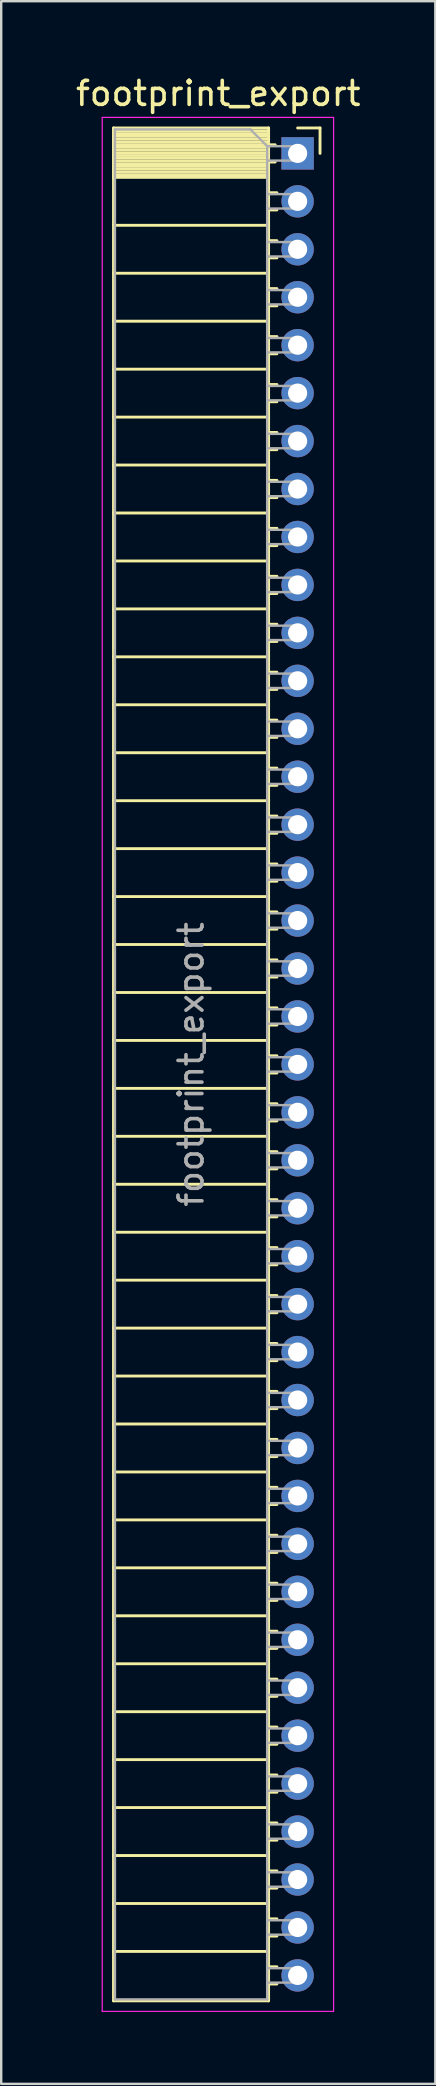
<source format=kicad_pcb>
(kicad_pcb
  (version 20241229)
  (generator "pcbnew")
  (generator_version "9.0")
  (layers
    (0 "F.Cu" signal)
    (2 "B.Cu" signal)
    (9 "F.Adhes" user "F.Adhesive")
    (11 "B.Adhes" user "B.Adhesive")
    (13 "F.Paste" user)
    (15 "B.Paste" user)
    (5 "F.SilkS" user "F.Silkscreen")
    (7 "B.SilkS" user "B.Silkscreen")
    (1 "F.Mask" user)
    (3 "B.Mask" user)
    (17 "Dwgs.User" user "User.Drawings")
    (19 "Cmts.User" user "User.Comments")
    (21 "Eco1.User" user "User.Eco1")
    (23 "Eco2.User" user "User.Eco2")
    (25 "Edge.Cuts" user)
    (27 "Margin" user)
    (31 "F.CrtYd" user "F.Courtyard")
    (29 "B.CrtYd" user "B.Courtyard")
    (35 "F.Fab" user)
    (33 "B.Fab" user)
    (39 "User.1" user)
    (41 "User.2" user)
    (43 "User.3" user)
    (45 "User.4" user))
  (footprint "footprint_export"
    (layer "F.Cu")
    (at 9.364 3.348)
    (property "Reference" "footprint_export" (at -3.31 -2.5 0) (layer "F.SilkS") (effects (font (size 1 1) (thickness 0.15))))
    (attr through_hole)
    (fp_line (start -7.68 -1.06) (end -7.68 77.06) (stroke (width 0.12) (type solid)) (layer "F.SilkS"))
    (fp_line (start -7.68 -1.06) (end -1.21 -1.06) (stroke (width 0.12) (type solid)) (layer "F.SilkS"))
    (fp_line (start -7.68 -0.94) (end -1.21 -0.94) (stroke (width 0.12) (type solid)) (layer "F.SilkS"))
    (fp_line (start -7.68 -0.826) (end -1.21 -0.826) (stroke (width 0.12) (type solid)) (layer "F.SilkS"))
    (fp_line (start -7.68 -0.712) (end -1.21 -0.712) (stroke (width 0.12) (type solid)) (layer "F.SilkS"))
    (fp_line (start -7.68 -0.598) (end -1.21 -0.598) (stroke (width 0.12) (type solid)) (layer "F.SilkS"))
    (fp_line (start -7.68 -0.484) (end -1.21 -0.484) (stroke (width 0.12) (type solid)) (layer "F.SilkS"))
    (fp_line (start -7.68 -0.369) (end -1.21 -0.369) (stroke (width 0.12) (type solid)) (layer "F.SilkS"))
    (fp_line (start -7.68 -0.255) (end -1.21 -0.255) (stroke (width 0.12) (type solid)) (layer "F.SilkS"))
    (fp_line (start -7.68 -0.141) (end -1.21 -0.141) (stroke (width 0.12) (type solid)) (layer "F.SilkS"))
    (fp_line (start -7.68 -0.027) (end -1.21 -0.027) (stroke (width 0.12) (type solid)) (layer "F.SilkS"))
    (fp_line (start -7.68 0.087) (end -1.21 0.087) (stroke (width 0.12) (type solid)) (layer "F.SilkS"))
    (fp_line (start -7.68 0.201) (end -1.21 0.201) (stroke (width 0.12) (type solid)) (layer "F.SilkS"))
    (fp_line (start -7.68 0.315) (end -1.21 0.315) (stroke (width 0.12) (type solid)) (layer "F.SilkS"))
    (fp_line (start -7.68 0.429) (end -1.21 0.429) (stroke (width 0.12) (type solid)) (layer "F.SilkS"))
    (fp_line (start -7.68 0.544) (end -1.21 0.544) (stroke (width 0.12) (type solid)) (layer "F.SilkS"))
    (fp_line (start -7.68 0.658) (end -1.21 0.658) (stroke (width 0.12) (type solid)) (layer "F.SilkS"))
    (fp_line (start -7.68 0.772) (end -1.21 0.772) (stroke (width 0.12) (type solid)) (layer "F.SilkS"))
    (fp_line (start -7.68 0.886) (end -1.21 0.886) (stroke (width 0.12) (type solid)) (layer "F.SilkS"))
    (fp_line (start -7.68 1) (end -1.21 1) (stroke (width 0.12) (type solid)) (layer "F.SilkS"))
    (fp_line (start -7.68 3) (end -1.21 3) (stroke (width 0.12) (type solid)) (layer "F.SilkS"))
    (fp_line (start -7.68 5) (end -1.21 5) (stroke (width 0.12) (type solid)) (layer "F.SilkS"))
    (fp_line (start -7.68 7) (end -1.21 7) (stroke (width 0.12) (type solid)) (layer "F.SilkS"))
    (fp_line (start -7.68 9) (end -1.21 9) (stroke (width 0.12) (type solid)) (layer "F.SilkS"))
    (fp_line (start -7.68 11) (end -1.21 11) (stroke (width 0.12) (type solid)) (layer "F.SilkS"))
    (fp_line (start -7.68 13) (end -1.21 13) (stroke (width 0.12) (type solid)) (layer "F.SilkS"))
    (fp_line (start -7.68 15) (end -1.21 15) (stroke (width 0.12) (type solid)) (layer "F.SilkS"))
    (fp_line (start -7.68 17) (end -1.21 17) (stroke (width 0.12) (type solid)) (layer "F.SilkS"))
    (fp_line (start -7.68 19) (end -1.21 19) (stroke (width 0.12) (type solid)) (layer "F.SilkS"))
    (fp_line (start -7.68 21) (end -1.21 21) (stroke (width 0.12) (type solid)) (layer "F.SilkS"))
    (fp_line (start -7.68 23) (end -1.21 23) (stroke (width 0.12) (type solid)) (layer "F.SilkS"))
    (fp_line (start -7.68 25) (end -1.21 25) (stroke (width 0.12) (type solid)) (layer "F.SilkS"))
    (fp_line (start -7.68 27) (end -1.21 27) (stroke (width 0.12) (type solid)) (layer "F.SilkS"))
    (fp_line (start -7.68 29) (end -1.21 29) (stroke (width 0.12) (type solid)) (layer "F.SilkS"))
    (fp_line (start -7.68 31) (end -1.21 31) (stroke (width 0.12) (type solid)) (layer "F.SilkS"))
    (fp_line (start -7.68 33) (end -1.21 33) (stroke (width 0.12) (type solid)) (layer "F.SilkS"))
    (fp_line (start -7.68 35) (end -1.21 35) (stroke (width 0.12) (type solid)) (layer "F.SilkS"))
    (fp_line (start -7.68 37) (end -1.21 37) (stroke (width 0.12) (type solid)) (layer "F.SilkS"))
    (fp_line (start -7.68 39) (end -1.21 39) (stroke (width 0.12) (type solid)) (layer "F.SilkS"))
    (fp_line (start -7.68 41) (end -1.21 41) (stroke (width 0.12) (type solid)) (layer "F.SilkS"))
    (fp_line (start -7.68 43) (end -1.21 43) (stroke (width 0.12) (type solid)) (layer "F.SilkS"))
    (fp_line (start -7.68 45) (end -1.21 45) (stroke (width 0.12) (type solid)) (layer "F.SilkS"))
    (fp_line (start -7.68 47) (end -1.21 47) (stroke (width 0.12) (type solid)) (layer "F.SilkS"))
    (fp_line (start -7.68 49) (end -1.21 49) (stroke (width 0.12) (type solid)) (layer "F.SilkS"))
    (fp_line (start -7.68 51) (end -1.21 51) (stroke (width 0.12) (type solid)) (layer "F.SilkS"))
    (fp_line (start -7.68 53) (end -1.21 53) (stroke (width 0.12) (type solid)) (layer "F.SilkS"))
    (fp_line (start -7.68 55) (end -1.21 55) (stroke (width 0.12) (type solid)) (layer "F.SilkS"))
    (fp_line (start -7.68 57) (end -1.21 57) (stroke (width 0.12) (type solid)) (layer "F.SilkS"))
    (fp_line (start -7.68 59) (end -1.21 59) (stroke (width 0.12) (type solid)) (layer "F.SilkS"))
    (fp_line (start -7.68 61) (end -1.21 61) (stroke (width 0.12) (type solid)) (layer "F.SilkS"))
    (fp_line (start -7.68 63) (end -1.21 63) (stroke (width 0.12) (type solid)) (layer "F.SilkS"))
    (fp_line (start -7.68 65) (end -1.21 65) (stroke (width 0.12) (type solid)) (layer "F.SilkS"))
    (fp_line (start -7.68 67) (end -1.21 67) (stroke (width 0.12) (type solid)) (layer "F.SilkS"))
    (fp_line (start -7.68 69) (end -1.21 69) (stroke (width 0.12) (type solid)) (layer "F.SilkS"))
    (fp_line (start -7.68 71) (end -1.21 71) (stroke (width 0.12) (type solid)) (layer "F.SilkS"))
    (fp_line (start -7.68 73) (end -1.21 73) (stroke (width 0.12) (type solid)) (layer "F.SilkS"))
    (fp_line (start -7.68 75) (end -1.21 75) (stroke (width 0.12) (type solid)) (layer "F.SilkS"))
    (fp_line (start -7.68 77.06) (end -1.21 77.06) (stroke (width 0.12) (type solid)) (layer "F.SilkS"))
    (fp_line (start -1.21 -1.06) (end -1.21 77.06) (stroke (width 0.12) (type solid)) (layer "F.SilkS"))
    (fp_line (start -1.21 -0.36) (end -0.935 -0.36) (stroke (width 0.12) (type solid)) (layer "F.SilkS"))
    (fp_line (start -1.21 0.36) (end -0.935 0.36) (stroke (width 0.12) (type solid)) (layer "F.SilkS"))
    (fp_line (start -1.21 1.64) (end -0.863 1.64) (stroke (width 0.12) (type solid)) (layer "F.SilkS"))
    (fp_line (start -1.21 2.36) (end -0.863 2.36) (stroke (width 0.12) (type solid)) (layer "F.SilkS"))
    (fp_line (start -1.21 3.64) (end -0.863 3.64) (stroke (width 0.12) (type solid)) (layer "F.SilkS"))
    (fp_line (start -1.21 4.36) (end -0.863 4.36) (stroke (width 0.12) (type solid)) (layer "F.SilkS"))
    (fp_line (start -1.21 5.64) (end -0.863 5.64) (stroke (width 0.12) (type solid)) (layer "F.SilkS"))
    (fp_line (start -1.21 6.36) (end -0.863 6.36) (stroke (width 0.12) (type solid)) (layer "F.SilkS"))
    (fp_line (start -1.21 7.64) (end -0.863 7.64) (stroke (width 0.12) (type solid)) (layer "F.SilkS"))
    (fp_line (start -1.21 8.36) (end -0.863 8.36) (stroke (width 0.12) (type solid)) (layer "F.SilkS"))
    (fp_line (start -1.21 9.64) (end -0.863 9.64) (stroke (width 0.12) (type solid)) (layer "F.SilkS"))
    (fp_line (start -1.21 10.36) (end -0.863 10.36) (stroke (width 0.12) (type solid)) (layer "F.SilkS"))
    (fp_line (start -1.21 11.64) (end -0.863 11.64) (stroke (width 0.12) (type solid)) (layer "F.SilkS"))
    (fp_line (start -1.21 12.36) (end -0.863 12.36) (stroke (width 0.12) (type solid)) (layer "F.SilkS"))
    (fp_line (start -1.21 13.64) (end -0.863 13.64) (stroke (width 0.12) (type solid)) (layer "F.SilkS"))
    (fp_line (start -1.21 14.36) (end -0.863 14.36) (stroke (width 0.12) (type solid)) (layer "F.SilkS"))
    (fp_line (start -1.21 15.64) (end -0.863 15.64) (stroke (width 0.12) (type solid)) (layer "F.SilkS"))
    (fp_line (start -1.21 16.36) (end -0.863 16.36) (stroke (width 0.12) (type solid)) (layer "F.SilkS"))
    (fp_line (start -1.21 17.64) (end -0.863 17.64) (stroke (width 0.12) (type solid)) (layer "F.SilkS"))
    (fp_line (start -1.21 18.36) (end -0.863 18.36) (stroke (width 0.12) (type solid)) (layer "F.SilkS"))
    (fp_line (start -1.21 19.64) (end -0.863 19.64) (stroke (width 0.12) (type solid)) (layer "F.SilkS"))
    (fp_line (start -1.21 20.36) (end -0.863 20.36) (stroke (width 0.12) (type solid)) (layer "F.SilkS"))
    (fp_line (start -1.21 21.64) (end -0.863 21.64) (stroke (width 0.12) (type solid)) (layer "F.SilkS"))
    (fp_line (start -1.21 22.36) (end -0.863 22.36) (stroke (width 0.12) (type solid)) (layer "F.SilkS"))
    (fp_line (start -1.21 23.64) (end -0.863 23.64) (stroke (width 0.12) (type solid)) (layer "F.SilkS"))
    (fp_line (start -1.21 24.36) (end -0.863 24.36) (stroke (width 0.12) (type solid)) (layer "F.SilkS"))
    (fp_line (start -1.21 25.64) (end -0.863 25.64) (stroke (width 0.12) (type solid)) (layer "F.SilkS"))
    (fp_line (start -1.21 26.36) (end -0.863 26.36) (stroke (width 0.12) (type solid)) (layer "F.SilkS"))
    (fp_line (start -1.21 27.64) (end -0.863 27.64) (stroke (width 0.12) (type solid)) (layer "F.SilkS"))
    (fp_line (start -1.21 28.36) (end -0.863 28.36) (stroke (width 0.12) (type solid)) (layer "F.SilkS"))
    (fp_line (start -1.21 29.64) (end -0.863 29.64) (stroke (width 0.12) (type solid)) (layer "F.SilkS"))
    (fp_line (start -1.21 30.36) (end -0.863 30.36) (stroke (width 0.12) (type solid)) (layer "F.SilkS"))
    (fp_line (start -1.21 31.64) (end -0.863 31.64) (stroke (width 0.12) (type solid)) (layer "F.SilkS"))
    (fp_line (start -1.21 32.36) (end -0.863 32.36) (stroke (width 0.12) (type solid)) (layer "F.SilkS"))
    (fp_line (start -1.21 33.64) (end -0.863 33.64) (stroke (width 0.12) (type solid)) (layer "F.SilkS"))
    (fp_line (start -1.21 34.36) (end -0.863 34.36) (stroke (width 0.12) (type solid)) (layer "F.SilkS"))
    (fp_line (start -1.21 35.64) (end -0.863 35.64) (stroke (width 0.12) (type solid)) (layer "F.SilkS"))
    (fp_line (start -1.21 36.36) (end -0.863 36.36) (stroke (width 0.12) (type solid)) (layer "F.SilkS"))
    (fp_line (start -1.21 37.64) (end -0.863 37.64) (stroke (width 0.12) (type solid)) (layer "F.SilkS"))
    (fp_line (start -1.21 38.36) (end -0.863 38.36) (stroke (width 0.12) (type solid)) (layer "F.SilkS"))
    (fp_line (start -1.21 39.64) (end -0.863 39.64) (stroke (width 0.12) (type solid)) (layer "F.SilkS"))
    (fp_line (start -1.21 40.36) (end -0.863 40.36) (stroke (width 0.12) (type solid)) (layer "F.SilkS"))
    (fp_line (start -1.21 41.64) (end -0.863 41.64) (stroke (width 0.12) (type solid)) (layer "F.SilkS"))
    (fp_line (start -1.21 42.36) (end -0.863 42.36) (stroke (width 0.12) (type solid)) (layer "F.SilkS"))
    (fp_line (start -1.21 43.64) (end -0.863 43.64) (stroke (width 0.12) (type solid)) (layer "F.SilkS"))
    (fp_line (start -1.21 44.36) (end -0.863 44.36) (stroke (width 0.12) (type solid)) (layer "F.SilkS"))
    (fp_line (start -1.21 45.64) (end -0.863 45.64) (stroke (width 0.12) (type solid)) (layer "F.SilkS"))
    (fp_line (start -1.21 46.36) (end -0.863 46.36) (stroke (width 0.12) (type solid)) (layer "F.SilkS"))
    (fp_line (start -1.21 47.64) (end -0.863 47.64) (stroke (width 0.12) (type solid)) (layer "F.SilkS"))
    (fp_line (start -1.21 48.36) (end -0.863 48.36) (stroke (width 0.12) (type solid)) (layer "F.SilkS"))
    (fp_line (start -1.21 49.64) (end -0.863 49.64) (stroke (width 0.12) (type solid)) (layer "F.SilkS"))
    (fp_line (start -1.21 50.36) (end -0.863 50.36) (stroke (width 0.12) (type solid)) (layer "F.SilkS"))
    (fp_line (start -1.21 51.64) (end -0.863 51.64) (stroke (width 0.12) (type solid)) (layer "F.SilkS"))
    (fp_line (start -1.21 52.36) (end -0.863 52.36) (stroke (width 0.12) (type solid)) (layer "F.SilkS"))
    (fp_line (start -1.21 53.64) (end -0.863 53.64) (stroke (width 0.12) (type solid)) (layer "F.SilkS"))
    (fp_line (start -1.21 54.36) (end -0.863 54.36) (stroke (width 0.12) (type solid)) (layer "F.SilkS"))
    (fp_line (start -1.21 55.64) (end -0.863 55.64) (stroke (width 0.12) (type solid)) (layer "F.SilkS"))
    (fp_line (start -1.21 56.36) (end -0.863 56.36) (stroke (width 0.12) (type solid)) (layer "F.SilkS"))
    (fp_line (start -1.21 57.64) (end -0.863 57.64) (stroke (width 0.12) (type solid)) (layer "F.SilkS"))
    (fp_line (start -1.21 58.36) (end -0.863 58.36) (stroke (width 0.12) (type solid)) (layer "F.SilkS"))
    (fp_line (start -1.21 59.64) (end -0.863 59.64) (stroke (width 0.12) (type solid)) (layer "F.SilkS"))
    (fp_line (start -1.21 60.36) (end -0.863 60.36) (stroke (width 0.12) (type solid)) (layer "F.SilkS"))
    (fp_line (start -1.21 61.64) (end -0.863 61.64) (stroke (width 0.12) (type solid)) (layer "F.SilkS"))
    (fp_line (start -1.21 62.36) (end -0.863 62.36) (stroke (width 0.12) (type solid)) (layer "F.SilkS"))
    (fp_line (start -1.21 63.64) (end -0.863 63.64) (stroke (width 0.12) (type solid)) (layer "F.SilkS"))
    (fp_line (start -1.21 64.36) (end -0.863 64.36) (stroke (width 0.12) (type solid)) (layer "F.SilkS"))
    (fp_line (start -1.21 65.64) (end -0.863 65.64) (stroke (width 0.12) (type solid)) (layer "F.SilkS"))
    (fp_line (start -1.21 66.36) (end -0.863 66.36) (stroke (width 0.12) (type solid)) (layer "F.SilkS"))
    (fp_line (start -1.21 67.64) (end -0.863 67.64) (stroke (width 0.12) (type solid)) (layer "F.SilkS"))
    (fp_line (start -1.21 68.36) (end -0.863 68.36) (stroke (width 0.12) (type solid)) (layer "F.SilkS"))
    (fp_line (start -1.21 69.64) (end -0.863 69.64) (stroke (width 0.12) (type solid)) (layer "F.SilkS"))
    (fp_line (start -1.21 70.36) (end -0.863 70.36) (stroke (width 0.12) (type solid)) (layer "F.SilkS"))
    (fp_line (start -1.21 71.64) (end -0.863 71.64) (stroke (width 0.12) (type solid)) (layer "F.SilkS"))
    (fp_line (start -1.21 72.36) (end -0.863 72.36) (stroke (width 0.12) (type solid)) (layer "F.SilkS"))
    (fp_line (start -1.21 73.64) (end -0.863 73.64) (stroke (width 0.12) (type solid)) (layer "F.SilkS"))
    (fp_line (start -1.21 74.36) (end -0.863 74.36) (stroke (width 0.12) (type solid)) (layer "F.SilkS"))
    (fp_line (start -1.21 75.64) (end -0.863 75.64) (stroke (width 0.12) (type solid)) (layer "F.SilkS"))
    (fp_line (start -1.21 76.36) (end -0.863 76.36) (stroke (width 0.12) (type solid)) (layer "F.SilkS"))
    (fp_line (start 0 -1.06) (end 0.935 -1.06) (stroke (width 0.12) (type solid)) (layer "F.SilkS"))
    (fp_line (start 0.935 -1.06) (end 0.935 0) (stroke (width 0.12) (type solid)) (layer "F.SilkS"))
    (fp_line (start -8.15 -1.5) (end -8.15 77.5) (stroke (width 0.05) (type solid)) (layer "F.CrtYd"))
    (fp_line (start -8.15 77.5) (end 1.5 77.5) (stroke (width 0.05) (type solid)) (layer "F.CrtYd"))
    (fp_line (start 1.5 -1.5) (end -8.15 -1.5) (stroke (width 0.05) (type solid)) (layer "F.CrtYd"))
    (fp_line (start 1.5 77.5) (end 1.5 -1.5) (stroke (width 0.05) (type solid)) (layer "F.CrtYd"))
    (fp_line (start -7.62 -1) (end -1.97 -1) (stroke (width 0.1) (type solid)) (layer "F.Fab"))
    (fp_line (start -7.62 77) (end -7.62 -1) (stroke (width 0.1) (type solid)) (layer "F.Fab"))
    (fp_line (start -1.97 -1) (end -1.27 -0.3) (stroke (width 0.1) (type solid)) (layer "F.Fab"))
    (fp_line (start -1.27 -0.3) (end -1.27 77) (stroke (width 0.1) (type solid)) (layer "F.Fab"))
    (fp_line (start -1.27 0.3) (end 0 0.3) (stroke (width 0.1) (type solid)) (layer "F.Fab"))
    (fp_line (start -1.27 2.3) (end 0 2.3) (stroke (width 0.1) (type solid)) (layer "F.Fab"))
    (fp_line (start -1.27 4.3) (end 0 4.3) (stroke (width 0.1) (type solid)) (layer "F.Fab"))
    (fp_line (start -1.27 6.3) (end 0 6.3) (stroke (width 0.1) (type solid)) (layer "F.Fab"))
    (fp_line (start -1.27 8.3) (end 0 8.3) (stroke (width 0.1) (type solid)) (layer "F.Fab"))
    (fp_line (start -1.27 10.3) (end 0 10.3) (stroke (width 0.1) (type solid)) (layer "F.Fab"))
    (fp_line (start -1.27 12.3) (end 0 12.3) (stroke (width 0.1) (type solid)) (layer "F.Fab"))
    (fp_line (start -1.27 14.3) (end 0 14.3) (stroke (width 0.1) (type solid)) (layer "F.Fab"))
    (fp_line (start -1.27 16.3) (end 0 16.3) (stroke (width 0.1) (type solid)) (layer "F.Fab"))
    (fp_line (start -1.27 18.3) (end 0 18.3) (stroke (width 0.1) (type solid)) (layer "F.Fab"))
    (fp_line (start -1.27 20.3) (end 0 20.3) (stroke (width 0.1) (type solid)) (layer "F.Fab"))
    (fp_line (start -1.27 22.3) (end 0 22.3) (stroke (width 0.1) (type solid)) (layer "F.Fab"))
    (fp_line (start -1.27 24.3) (end 0 24.3) (stroke (width 0.1) (type solid)) (layer "F.Fab"))
    (fp_line (start -1.27 26.3) (end 0 26.3) (stroke (width 0.1) (type solid)) (layer "F.Fab"))
    (fp_line (start -1.27 28.3) (end 0 28.3) (stroke (width 0.1) (type solid)) (layer "F.Fab"))
    (fp_line (start -1.27 30.3) (end 0 30.3) (stroke (width 0.1) (type solid)) (layer "F.Fab"))
    (fp_line (start -1.27 32.3) (end 0 32.3) (stroke (width 0.1) (type solid)) (layer "F.Fab"))
    (fp_line (start -1.27 34.3) (end 0 34.3) (stroke (width 0.1) (type solid)) (layer "F.Fab"))
    (fp_line (start -1.27 36.3) (end 0 36.3) (stroke (width 0.1) (type solid)) (layer "F.Fab"))
    (fp_line (start -1.27 38.3) (end 0 38.3) (stroke (width 0.1) (type solid)) (layer "F.Fab"))
    (fp_line (start -1.27 40.3) (end 0 40.3) (stroke (width 0.1) (type solid)) (layer "F.Fab"))
    (fp_line (start -1.27 42.3) (end 0 42.3) (stroke (width 0.1) (type solid)) (layer "F.Fab"))
    (fp_line (start -1.27 44.3) (end 0 44.3) (stroke (width 0.1) (type solid)) (layer "F.Fab"))
    (fp_line (start -1.27 46.3) (end 0 46.3) (stroke (width 0.1) (type solid)) (layer "F.Fab"))
    (fp_line (start -1.27 48.3) (end 0 48.3) (stroke (width 0.1) (type solid)) (layer "F.Fab"))
    (fp_line (start -1.27 50.3) (end 0 50.3) (stroke (width 0.1) (type solid)) (layer "F.Fab"))
    (fp_line (start -1.27 52.3) (end 0 52.3) (stroke (width 0.1) (type solid)) (layer "F.Fab"))
    (fp_line (start -1.27 54.3) (end 0 54.3) (stroke (width 0.1) (type solid)) (layer "F.Fab"))
    (fp_line (start -1.27 56.3) (end 0 56.3) (stroke (width 0.1) (type solid)) (layer "F.Fab"))
    (fp_line (start -1.27 58.3) (end 0 58.3) (stroke (width 0.1) (type solid)) (layer "F.Fab"))
    (fp_line (start -1.27 60.3) (end 0 60.3) (stroke (width 0.1) (type solid)) (layer "F.Fab"))
    (fp_line (start -1.27 62.3) (end 0 62.3) (stroke (width 0.1) (type solid)) (layer "F.Fab"))
    (fp_line (start -1.27 64.3) (end 0 64.3) (stroke (width 0.1) (type solid)) (layer "F.Fab"))
    (fp_line (start -1.27 66.3) (end 0 66.3) (stroke (width 0.1) (type solid)) (layer "F.Fab"))
    (fp_line (start -1.27 68.3) (end 0 68.3) (stroke (width 0.1) (type solid)) (layer "F.Fab"))
    (fp_line (start -1.27 70.3) (end 0 70.3) (stroke (width 0.1) (type solid)) (layer "F.Fab"))
    (fp_line (start -1.27 72.3) (end 0 72.3) (stroke (width 0.1) (type solid)) (layer "F.Fab"))
    (fp_line (start -1.27 74.3) (end 0 74.3) (stroke (width 0.1) (type solid)) (layer "F.Fab"))
    (fp_line (start -1.27 76.3) (end 0 76.3) (stroke (width 0.1) (type solid)) (layer "F.Fab"))
    (fp_line (start -1.27 77) (end -7.62 77) (stroke (width 0.1) (type solid)) (layer "F.Fab"))
    (fp_line (start 0 -0.3) (end -1.27 -0.3) (stroke (width 0.1) (type solid)) (layer "F.Fab"))
    (fp_line (start 0 0.3) (end 0 -0.3) (stroke (width 0.1) (type solid)) (layer "F.Fab"))
    (fp_line (start 0 1.7) (end -1.27 1.7) (stroke (width 0.1) (type solid)) (layer "F.Fab"))
    (fp_line (start 0 2.3) (end 0 1.7) (stroke (width 0.1) (type solid)) (layer "F.Fab"))
    (fp_line (start 0 3.7) (end -1.27 3.7) (stroke (width 0.1) (type solid)) (layer "F.Fab"))
    (fp_line (start 0 4.3) (end 0 3.7) (stroke (width 0.1) (type solid)) (layer "F.Fab"))
    (fp_line (start 0 5.7) (end -1.27 5.7) (stroke (width 0.1) (type solid)) (layer "F.Fab"))
    (fp_line (start 0 6.3) (end 0 5.7) (stroke (width 0.1) (type solid)) (layer "F.Fab"))
    (fp_line (start 0 7.7) (end -1.27 7.7) (stroke (width 0.1) (type solid)) (layer "F.Fab"))
    (fp_line (start 0 8.3) (end 0 7.7) (stroke (width 0.1) (type solid)) (layer "F.Fab"))
    (fp_line (start 0 9.7) (end -1.27 9.7) (stroke (width 0.1) (type solid)) (layer "F.Fab"))
    (fp_line (start 0 10.3) (end 0 9.7) (stroke (width 0.1) (type solid)) (layer "F.Fab"))
    (fp_line (start 0 11.7) (end -1.27 11.7) (stroke (width 0.1) (type solid)) (layer "F.Fab"))
    (fp_line (start 0 12.3) (end 0 11.7) (stroke (width 0.1) (type solid)) (layer "F.Fab"))
    (fp_line (start 0 13.7) (end -1.27 13.7) (stroke (width 0.1) (type solid)) (layer "F.Fab"))
    (fp_line (start 0 14.3) (end 0 13.7) (stroke (width 0.1) (type solid)) (layer "F.Fab"))
    (fp_line (start 0 15.7) (end -1.27 15.7) (stroke (width 0.1) (type solid)) (layer "F.Fab"))
    (fp_line (start 0 16.3) (end 0 15.7) (stroke (width 0.1) (type solid)) (layer "F.Fab"))
    (fp_line (start 0 17.7) (end -1.27 17.7) (stroke (width 0.1) (type solid)) (layer "F.Fab"))
    (fp_line (start 0 18.3) (end 0 17.7) (stroke (width 0.1) (type solid)) (layer "F.Fab"))
    (fp_line (start 0 19.7) (end -1.27 19.7) (stroke (width 0.1) (type solid)) (layer "F.Fab"))
    (fp_line (start 0 20.3) (end 0 19.7) (stroke (width 0.1) (type solid)) (layer "F.Fab"))
    (fp_line (start 0 21.7) (end -1.27 21.7) (stroke (width 0.1) (type solid)) (layer "F.Fab"))
    (fp_line (start 0 22.3) (end 0 21.7) (stroke (width 0.1) (type solid)) (layer "F.Fab"))
    (fp_line (start 0 23.7) (end -1.27 23.7) (stroke (width 0.1) (type solid)) (layer "F.Fab"))
    (fp_line (start 0 24.3) (end 0 23.7) (stroke (width 0.1) (type solid)) (layer "F.Fab"))
    (fp_line (start 0 25.7) (end -1.27 25.7) (stroke (width 0.1) (type solid)) (layer "F.Fab"))
    (fp_line (start 0 26.3) (end 0 25.7) (stroke (width 0.1) (type solid)) (layer "F.Fab"))
    (fp_line (start 0 27.7) (end -1.27 27.7) (stroke (width 0.1) (type solid)) (layer "F.Fab"))
    (fp_line (start 0 28.3) (end 0 27.7) (stroke (width 0.1) (type solid)) (layer "F.Fab"))
    (fp_line (start 0 29.7) (end -1.27 29.7) (stroke (width 0.1) (type solid)) (layer "F.Fab"))
    (fp_line (start 0 30.3) (end 0 29.7) (stroke (width 0.1) (type solid)) (layer "F.Fab"))
    (fp_line (start 0 31.7) (end -1.27 31.7) (stroke (width 0.1) (type solid)) (layer "F.Fab"))
    (fp_line (start 0 32.3) (end 0 31.7) (stroke (width 0.1) (type solid)) (layer "F.Fab"))
    (fp_line (start 0 33.7) (end -1.27 33.7) (stroke (width 0.1) (type solid)) (layer "F.Fab"))
    (fp_line (start 0 34.3) (end 0 33.7) (stroke (width 0.1) (type solid)) (layer "F.Fab"))
    (fp_line (start 0 35.7) (end -1.27 35.7) (stroke (width 0.1) (type solid)) (layer "F.Fab"))
    (fp_line (start 0 36.3) (end 0 35.7) (stroke (width 0.1) (type solid)) (layer "F.Fab"))
    (fp_line (start 0 37.7) (end -1.27 37.7) (stroke (width 0.1) (type solid)) (layer "F.Fab"))
    (fp_line (start 0 38.3) (end 0 37.7) (stroke (width 0.1) (type solid)) (layer "F.Fab"))
    (fp_line (start 0 39.7) (end -1.27 39.7) (stroke (width 0.1) (type solid)) (layer "F.Fab"))
    (fp_line (start 0 40.3) (end 0 39.7) (stroke (width 0.1) (type solid)) (layer "F.Fab"))
    (fp_line (start 0 41.7) (end -1.27 41.7) (stroke (width 0.1) (type solid)) (layer "F.Fab"))
    (fp_line (start 0 42.3) (end 0 41.7) (stroke (width 0.1) (type solid)) (layer "F.Fab"))
    (fp_line (start 0 43.7) (end -1.27 43.7) (stroke (width 0.1) (type solid)) (layer "F.Fab"))
    (fp_line (start 0 44.3) (end 0 43.7) (stroke (width 0.1) (type solid)) (layer "F.Fab"))
    (fp_line (start 0 45.7) (end -1.27 45.7) (stroke (width 0.1) (type solid)) (layer "F.Fab"))
    (fp_line (start 0 46.3) (end 0 45.7) (stroke (width 0.1) (type solid)) (layer "F.Fab"))
    (fp_line (start 0 47.7) (end -1.27 47.7) (stroke (width 0.1) (type solid)) (layer "F.Fab"))
    (fp_line (start 0 48.3) (end 0 47.7) (stroke (width 0.1) (type solid)) (layer "F.Fab"))
    (fp_line (start 0 49.7) (end -1.27 49.7) (stroke (width 0.1) (type solid)) (layer "F.Fab"))
    (fp_line (start 0 50.3) (end 0 49.7) (stroke (width 0.1) (type solid)) (layer "F.Fab"))
    (fp_line (start 0 51.7) (end -1.27 51.7) (stroke (width 0.1) (type solid)) (layer "F.Fab"))
    (fp_line (start 0 52.3) (end 0 51.7) (stroke (width 0.1) (type solid)) (layer "F.Fab"))
    (fp_line (start 0 53.7) (end -1.27 53.7) (stroke (width 0.1) (type solid)) (layer "F.Fab"))
    (fp_line (start 0 54.3) (end 0 53.7) (stroke (width 0.1) (type solid)) (layer "F.Fab"))
    (fp_line (start 0 55.7) (end -1.27 55.7) (stroke (width 0.1) (type solid)) (layer "F.Fab"))
    (fp_line (start 0 56.3) (end 0 55.7) (stroke (width 0.1) (type solid)) (layer "F.Fab"))
    (fp_line (start 0 57.7) (end -1.27 57.7) (stroke (width 0.1) (type solid)) (layer "F.Fab"))
    (fp_line (start 0 58.3) (end 0 57.7) (stroke (width 0.1) (type solid)) (layer "F.Fab"))
    (fp_line (start 0 59.7) (end -1.27 59.7) (stroke (width 0.1) (type solid)) (layer "F.Fab"))
    (fp_line (start 0 60.3) (end 0 59.7) (stroke (width 0.1) (type solid)) (layer "F.Fab"))
    (fp_line (start 0 61.7) (end -1.27 61.7) (stroke (width 0.1) (type solid)) (layer "F.Fab"))
    (fp_line (start 0 62.3) (end 0 61.7) (stroke (width 0.1) (type solid)) (layer "F.Fab"))
    (fp_line (start 0 63.7) (end -1.27 63.7) (stroke (width 0.1) (type solid)) (layer "F.Fab"))
    (fp_line (start 0 64.3) (end 0 63.7) (stroke (width 0.1) (type solid)) (layer "F.Fab"))
    (fp_line (start 0 65.7) (end -1.27 65.7) (stroke (width 0.1) (type solid)) (layer "F.Fab"))
    (fp_line (start 0 66.3) (end 0 65.7) (stroke (width 0.1) (type solid)) (layer "F.Fab"))
    (fp_line (start 0 67.7) (end -1.27 67.7) (stroke (width 0.1) (type solid)) (layer "F.Fab"))
    (fp_line (start 0 68.3) (end 0 67.7) (stroke (width 0.1) (type solid)) (layer "F.Fab"))
    (fp_line (start 0 69.7) (end -1.27 69.7) (stroke (width 0.1) (type solid)) (layer "F.Fab"))
    (fp_line (start 0 70.3) (end 0 69.7) (stroke (width 0.1) (type solid)) (layer "F.Fab"))
    (fp_line (start 0 71.7) (end -1.27 71.7) (stroke (width 0.1) (type solid)) (layer "F.Fab"))
    (fp_line (start 0 72.3) (end 0 71.7) (stroke (width 0.1) (type solid)) (layer "F.Fab"))
    (fp_line (start 0 73.7) (end -1.27 73.7) (stroke (width 0.1) (type solid)) (layer "F.Fab"))
    (fp_line (start 0 74.3) (end 0 73.7) (stroke (width 0.1) (type solid)) (layer "F.Fab"))
    (fp_line (start 0 75.7) (end -1.27 75.7) (stroke (width 0.1) (type solid)) (layer "F.Fab"))
    (fp_line (start 0 76.3) (end 0 75.7) (stroke (width 0.1) (type solid)) (layer "F.Fab"))
    (fp_text user "${REFERENCE}" (at -4.445 38 90) (layer "F.Fab") (effects (font (size 1 1) (thickness 0.15))))
    (pad "1" thru_hole rect (at 0 0) (size 1.35 1.35) (drill 0.8) (layers "*.Cu" "*.Mask"))
    (pad "2" thru_hole oval (at 0 2) (size 1.35 1.35) (drill 0.8) (layers "*.Cu" "*.Mask"))
    (pad "3" thru_hole oval (at 0 4) (size 1.35 1.35) (drill 0.8) (layers "*.Cu" "*.Mask"))
    (pad "4" thru_hole oval (at 0 6) (size 1.35 1.35) (drill 0.8) (layers "*.Cu" "*.Mask"))
    (pad "5" thru_hole oval (at 0 8) (size 1.35 1.35) (drill 0.8) (layers "*.Cu" "*.Mask"))
    (pad "6" thru_hole oval (at 0 10) (size 1.35 1.35) (drill 0.8) (layers "*.Cu" "*.Mask"))
    (pad "7" thru_hole oval (at 0 12) (size 1.35 1.35) (drill 0.8) (layers "*.Cu" "*.Mask"))
    (pad "8" thru_hole oval (at 0 14) (size 1.35 1.35) (drill 0.8) (layers "*.Cu" "*.Mask"))
    (pad "9" thru_hole oval (at 0 16) (size 1.35 1.35) (drill 0.8) (layers "*.Cu" "*.Mask"))
    (pad "10" thru_hole oval (at 0 18) (size 1.35 1.35) (drill 0.8) (layers "*.Cu" "*.Mask"))
    (pad "11" thru_hole oval (at 0 20) (size 1.35 1.35) (drill 0.8) (layers "*.Cu" "*.Mask"))
    (pad "12" thru_hole oval (at 0 22) (size 1.35 1.35) (drill 0.8) (layers "*.Cu" "*.Mask"))
    (pad "13" thru_hole oval (at 0 24) (size 1.35 1.35) (drill 0.8) (layers "*.Cu" "*.Mask"))
    (pad "14" thru_hole oval (at 0 26) (size 1.35 1.35) (drill 0.8) (layers "*.Cu" "*.Mask"))
    (pad "15" thru_hole oval (at 0 28) (size 1.35 1.35) (drill 0.8) (layers "*.Cu" "*.Mask"))
    (pad "16" thru_hole oval (at 0 30) (size 1.35 1.35) (drill 0.8) (layers "*.Cu" "*.Mask"))
    (pad "17" thru_hole oval (at 0 32) (size 1.35 1.35) (drill 0.8) (layers "*.Cu" "*.Mask"))
    (pad "18" thru_hole oval (at 0 34) (size 1.35 1.35) (drill 0.8) (layers "*.Cu" "*.Mask"))
    (pad "19" thru_hole oval (at 0 36) (size 1.35 1.35) (drill 0.8) (layers "*.Cu" "*.Mask"))
    (pad "20" thru_hole oval (at 0 38) (size 1.35 1.35) (drill 0.8) (layers "*.Cu" "*.Mask"))
    (pad "21" thru_hole oval (at 0 40) (size 1.35 1.35) (drill 0.8) (layers "*.Cu" "*.Mask"))
    (pad "22" thru_hole oval (at 0 42) (size 1.35 1.35) (drill 0.8) (layers "*.Cu" "*.Mask"))
    (pad "23" thru_hole oval (at 0 44) (size 1.35 1.35) (drill 0.8) (layers "*.Cu" "*.Mask"))
    (pad "24" thru_hole oval (at 0 46) (size 1.35 1.35) (drill 0.8) (layers "*.Cu" "*.Mask"))
    (pad "25" thru_hole oval (at 0 48) (size 1.35 1.35) (drill 0.8) (layers "*.Cu" "*.Mask"))
    (pad "26" thru_hole oval (at 0 50) (size 1.35 1.35) (drill 0.8) (layers "*.Cu" "*.Mask"))
    (pad "27" thru_hole oval (at 0 52) (size 1.35 1.35) (drill 0.8) (layers "*.Cu" "*.Mask"))
    (pad "28" thru_hole oval (at 0 54) (size 1.35 1.35) (drill 0.8) (layers "*.Cu" "*.Mask"))
    (pad "29" thru_hole oval (at 0 56) (size 1.35 1.35) (drill 0.8) (layers "*.Cu" "*.Mask"))
    (pad "30" thru_hole oval (at 0 58) (size 1.35 1.35) (drill 0.8) (layers "*.Cu" "*.Mask"))
    (pad "31" thru_hole oval (at 0 60) (size 1.35 1.35) (drill 0.8) (layers "*.Cu" "*.Mask"))
    (pad "32" thru_hole oval (at 0 62) (size 1.35 1.35) (drill 0.8) (layers "*.Cu" "*.Mask"))
    (pad "33" thru_hole oval (at 0 64) (size 1.35 1.35) (drill 0.8) (layers "*.Cu" "*.Mask"))
    (pad "34" thru_hole oval (at 0 66) (size 1.35 1.35) (drill 0.8) (layers "*.Cu" "*.Mask"))
    (pad "35" thru_hole oval (at 0 68) (size 1.35 1.35) (drill 0.8) (layers "*.Cu" "*.Mask"))
    (pad "36" thru_hole oval (at 0 70) (size 1.35 1.35) (drill 0.8) (layers "*.Cu" "*.Mask"))
    (pad "37" thru_hole oval (at 0 72) (size 1.35 1.35) (drill 0.8) (layers "*.Cu" "*.Mask"))
    (pad "38" thru_hole oval (at 0 74) (size 1.35 1.35) (drill 0.8) (layers "*.Cu" "*.Mask"))
    (pad "39" thru_hole oval (at 0 76) (size 1.35 1.35) (drill 0.8) (layers "*.Cu" "*.Mask")))
  (gr_rect
    (start -3 -3)
    (end 15.107 83.873)
    (stroke (width 0.1) (type default))
    (fill no)
    (layer "Edge.Cuts")))
</source>
